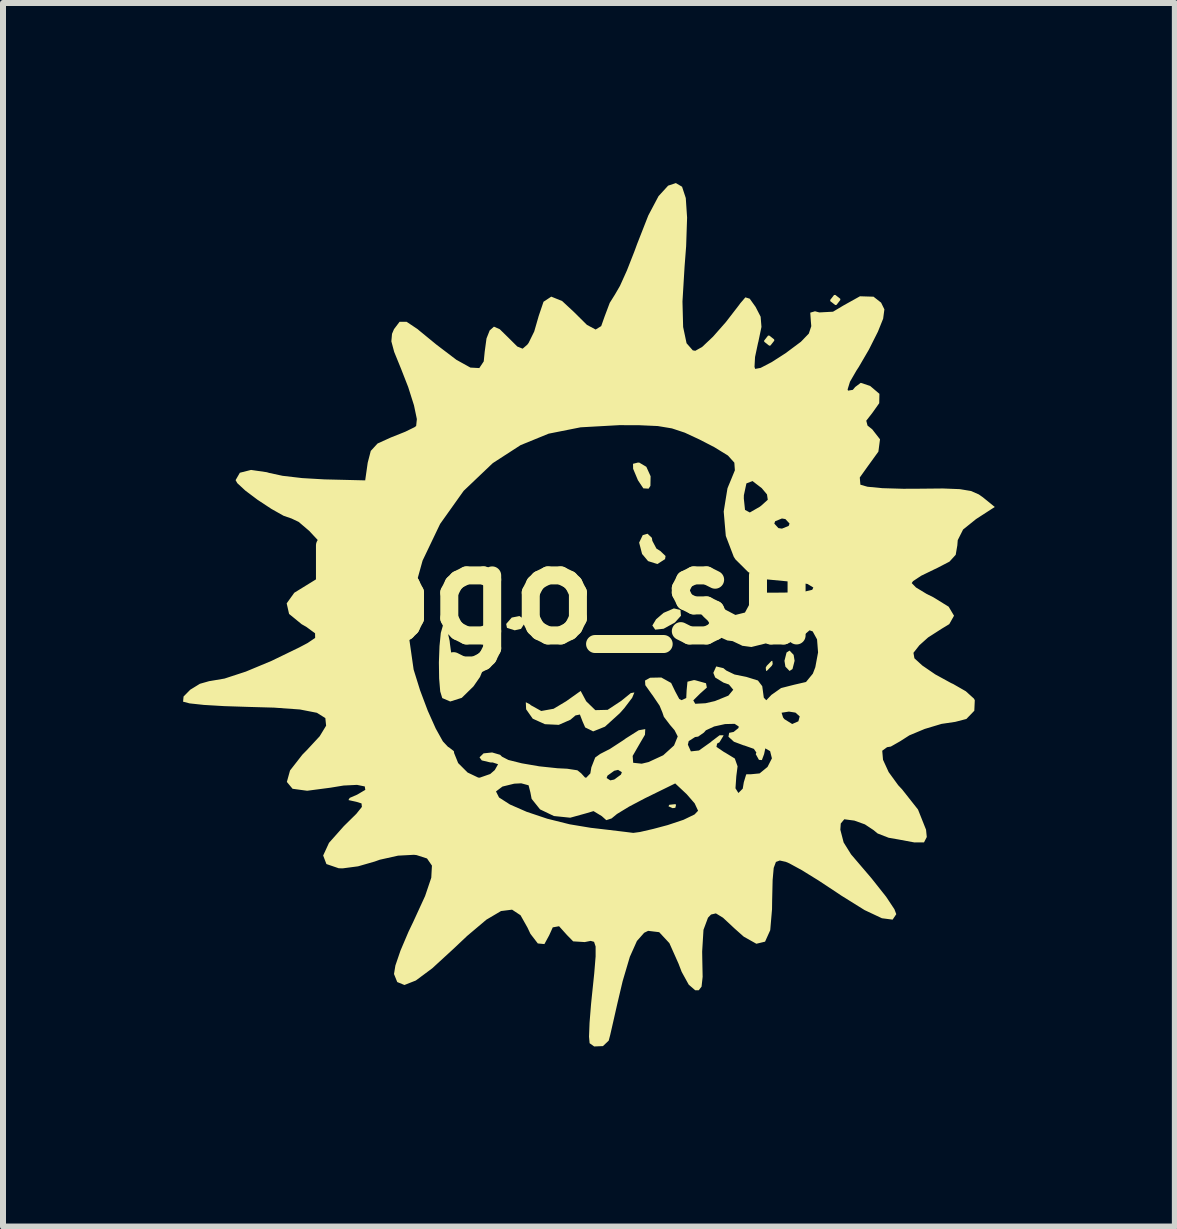
<source format=kicad_pcb>
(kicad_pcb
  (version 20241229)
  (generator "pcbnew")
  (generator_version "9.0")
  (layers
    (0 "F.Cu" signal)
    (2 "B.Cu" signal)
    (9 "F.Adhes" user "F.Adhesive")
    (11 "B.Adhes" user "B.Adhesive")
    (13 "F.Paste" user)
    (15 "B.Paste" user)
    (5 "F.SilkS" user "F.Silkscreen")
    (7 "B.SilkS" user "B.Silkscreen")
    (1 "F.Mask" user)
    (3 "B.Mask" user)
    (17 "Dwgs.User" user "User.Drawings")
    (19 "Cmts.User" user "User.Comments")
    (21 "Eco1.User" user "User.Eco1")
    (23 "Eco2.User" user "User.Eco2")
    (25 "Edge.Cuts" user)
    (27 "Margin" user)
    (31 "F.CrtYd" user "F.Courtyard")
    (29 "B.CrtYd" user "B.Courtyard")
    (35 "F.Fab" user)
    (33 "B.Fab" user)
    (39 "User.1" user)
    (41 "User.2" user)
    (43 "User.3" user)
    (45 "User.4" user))
  (footprint "logo_sun"
    (layer "F.Cu")
    (at 6.971 6.858)
    (property "Reference" "logo_sun" (at 0 0 0) (layer "F.SilkS") (effects (font (size 1.5 1.5) (thickness 0.3))))
    (attr board_only exclude_from_pos_files exclude_from_bom)
    (fp_poly (pts (xy 1.242 3.5) (xy 1.23 3.55) (xy 1.185 3.556) (xy 1.116 3.525) (xy 1.129 3.5) (xy 1.229 3.489)) (stroke (width 0) (type solid)) (fill yes) (layer "F.SilkS"))
    (fp_poly (pts (xy -1.279 0.415) (xy -1.27 0.459) (xy -1.341 0.569) (xy -1.446 0.593) (xy -1.575 0.552) (xy -1.588 0.487) (xy -1.496 0.381) (xy -1.368 0.355)) (stroke (width 0) (type solid)) (fill yes) (layer "F.SilkS"))
    (fp_poly (pts (xy 1.436 -0.375) (xy 1.456 -0.356) (xy 1.514 -0.24) (xy 1.456 -0.152) (xy 1.38 -0.111) (xy 1.355 -0.213) (xy 1.355 -0.254) (xy 1.372 -0.389)) (stroke (width 0) (type solid)) (fill yes) (layer "F.SilkS"))
    (fp_poly (pts (xy 2.852 1.155) (xy 2.836 1.185) (xy 2.757 1.266) (xy 2.742 1.27) (xy 2.736 1.215) (xy 2.752 1.185) (xy 2.831 1.104) (xy 2.846 1.101)) (stroke (width 0) (type solid)) (fill yes) (layer "F.SilkS"))
    (fp_poly (pts (xy 2.876 -4.254) (xy 2.879 -4.233) (xy 2.814 -4.151) (xy 2.794 -4.149) (xy 2.712 -4.213) (xy 2.709 -4.233) (xy 2.774 -4.316) (xy 2.794 -4.318)) (stroke (width 0) (type solid)) (fill yes) (layer "F.SilkS"))
    (fp_poly (pts (xy 3.201 1.002) (xy 3.217 1.101) (xy 3.182 1.238) (xy 3.133 1.27) (xy 3.064 1.199) (xy 3.048 1.101) (xy 3.083 0.963) (xy 3.133 0.931)) (stroke (width 0) (type solid)) (fill yes) (layer "F.SilkS"))
    (fp_poly (pts (xy 3.977 -4.931) (xy 3.979 -4.911) (xy 3.915 -4.828) (xy 3.895 -4.826) (xy 3.812 -4.89) (xy 3.81 -4.911) (xy 3.874 -4.993) (xy 3.895 -4.995)) (stroke (width 0) (type solid)) (fill yes) (layer "F.SilkS"))
    (fp_poly (pts (xy 1.315 0.254) (xy 1.324 0.35) (xy 1.223 0.463) (xy 1.035 0.567) (xy 0.895 0.582) (xy 0.847 0.513) (xy 0.909 0.41) (xy 1.034 0.302) (xy 1.206 0.228)) (stroke (width 0) (type solid)) (fill yes) (layer "F.SilkS"))
    (fp_poly (pts (xy 0.747 -2.131) (xy 0.818 -1.974) (xy 0.815 -1.814) (xy 0.785 -1.767) (xy 0.697 -1.772) (xy 0.607 -1.907) (xy 0.527 -2.098) (xy 0.525 -2.181) (xy 0.604 -2.201) (xy 0.629 -2.201)) (stroke (width 0) (type solid)) (fill yes) (layer "F.SilkS"))
    (fp_poly (pts (xy 0.839 -0.948) (xy 0.847 -0.898) (xy 0.915 -0.769) (xy 0.979 -0.729) (xy 1.067 -0.645) (xy 1.059 -0.593) (xy 0.931 -0.511) (xy 0.776 -0.56) (xy 0.676 -0.679) (xy 0.627 -0.868) (xy 0.687 -0.993) (xy 0.767 -1.016)) (stroke (width 0) (type solid)) (fill yes) (layer "F.SilkS"))
    (fp_poly (pts (xy -2.572 0.583) (xy -2.53 0.769) (xy -2.524 0.826) (xy -2.495 1.033) (xy -2.423 1.119) (xy -2.26 1.132) (xy -2.223 1.131) (xy -2.025 1.142) (xy -1.96 1.214) (xy -2.024 1.37) (xy -2.133 1.527) (xy -2.328 1.718) (xy -2.52 1.779) (xy -2.653 1.722) (xy -2.687 1.611) (xy -2.705 1.395) (xy -2.709 1.127) (xy -2.699 0.856) (xy -2.677 0.636) (xy -2.643 0.516) (xy -2.63 0.508)) (stroke (width 0) (type solid)) (fill yes) (layer "F.SilkS"))
    (fp_poly (pts (xy -0.255 1.775) (xy -0.103 1.923) (xy 0.102 1.918) (xy 0.328 1.769) (xy 0.488 1.639) (xy 0.548 1.628) (xy 0.511 1.717) (xy 0.379 1.891) (xy 0.305 1.974) (xy 0.058 2.198) (xy -0.139 2.277) (xy -0.272 2.211) (xy -0.315 2.113) (xy -0.36 1.996) (xy -0.433 2.011) (xy -0.518 2.083) (xy -0.712 2.168) (xy -0.943 2.157) (xy -1.146 2.065) (xy -1.255 1.91) (xy -1.256 1.902) (xy -1.261 1.791) (xy -1.193 1.826) (xy -1.177 1.841) (xy -1.004 1.937) (xy -0.798 1.9) (xy -0.589 1.775) (xy -0.347 1.603)) (stroke (width 0) (type solid)) (fill yes) (layer "F.SilkS"))
    (fp_poly (pts (xy 1.342 -6.797) (xy 1.404 -6.609) (xy 1.426 -6.282) (xy 1.41 -5.806) (xy 1.384 -5.467) (xy 1.349 -4.884) (xy 1.36 -4.46) (xy 1.417 -4.19) (xy 1.521 -4.071) (xy 1.563 -4.064) (xy 1.677 -4.128) (xy 1.857 -4.298) (xy 2.072 -4.542) (xy 2.292 -4.827) (xy 2.313 -4.856) (xy 2.397 -4.954) (xy 2.469 -4.932) (xy 2.567 -4.795) (xy 2.651 -4.632) (xy 2.665 -4.462) (xy 2.613 -4.213) (xy 2.608 -4.196) (xy 2.558 -3.96) (xy 2.549 -3.796) (xy 2.56 -3.762) (xy 2.651 -3.779) (xy 2.837 -3.876) (xy 3.071 -4.027) (xy 3.322 -4.214) (xy 3.454 -4.351) (xy 3.495 -4.474) (xy 3.488 -4.553) (xy 3.478 -4.699) (xy 3.557 -4.722) (xy 3.629 -4.703) (xy 3.857 -4.715) (xy 4.033 -4.82) (xy 4.306 -4.972) (xy 4.532 -4.965) (xy 4.658 -4.866) (xy 4.713 -4.754) (xy 4.692 -4.598) (xy 4.605 -4.382) (xy 4.455 -4.084) (xy 4.286 -3.794) (xy 4.25 -3.739) (xy 4.14 -3.549) (xy 4.1 -3.42) (xy 4.107 -3.4) (xy 4.187 -3.413) (xy 4.227 -3.461) (xy 4.319 -3.53) (xy 4.473 -3.479) (xy 4.477 -3.477) (xy 4.63 -3.347) (xy 4.627 -3.191) (xy 4.51 -3.026) (xy 4.411 -2.899) (xy 4.432 -2.818) (xy 4.51 -2.756) (xy 4.64 -2.589) (xy 4.613 -2.384) (xy 4.443 -2.149) (xy 4.303 -1.953) (xy 4.313 -1.833) (xy 4.431 -1.799) (xy 4.681 -1.775) (xy 5.026 -1.765) (xy 5.277 -1.766) (xy 5.688 -1.77) (xy 5.969 -1.759) (xy 6.155 -1.728) (xy 6.286 -1.671) (xy 6.354 -1.623) (xy 6.552 -1.462) (xy 6.24 -1.26) (xy 6.024 -1.086) (xy 5.935 -0.909) (xy 5.928 -0.822) (xy 5.901 -0.665) (xy 5.797 -0.551) (xy 5.575 -0.436) (xy 5.546 -0.423) (xy 5.326 -0.316) (xy 5.19 -0.226) (xy 5.168 -0.194) (xy 5.239 -0.121) (xy 5.417 -0.013) (xy 5.528 0.042) (xy 5.784 0.2) (xy 5.873 0.35) (xy 5.794 0.49) (xy 5.667 0.567) (xy 5.441 0.712) (xy 5.296 0.842) (xy 5.197 0.968) (xy 5.213 1.059) (xy 5.344 1.179) (xy 5.56 1.327) (xy 5.823 1.471) (xy 5.858 1.487) (xy 6.069 1.608) (xy 6.204 1.73) (xy 6.219 1.757) (xy 6.211 1.933) (xy 6.079 2.07) (xy 5.895 2.118) (xy 5.665 2.152) (xy 5.385 2.236) (xy 5.129 2.343) (xy 4.976 2.441) (xy 4.82 2.53) (xy 4.758 2.54) (xy 4.677 2.599) (xy 4.69 2.75) (xy 4.784 2.955) (xy 4.944 3.175) (xy 5.007 3.242) (xy 5.273 3.579) (xy 5.407 3.915) (xy 5.419 4.037) (xy 5.373 4.126) (xy 5.215 4.127) (xy 5.186 4.122) (xy 4.945 4.077) (xy 4.784 4.049) (xy 4.601 3.978) (xy 4.53 3.92) (xy 4.388 3.826) (xy 4.212 3.763) (xy 4.045 3.741) (xy 3.986 3.812) (xy 3.979 3.915) (xy 4.034 4.127) (xy 4.158 4.326) (xy 4.498 4.724) (xy 4.742 5.032) (xy 4.88 5.24) (xy 4.911 5.322) (xy 4.85 5.413) (xy 4.672 5.39) (xy 4.383 5.254) (xy 3.988 5.008) (xy 3.923 4.964) (xy 3.611 4.758) (xy 3.332 4.586) (xy 3.128 4.475) (xy 3.069 4.45) (xy 2.97 4.428) (xy 2.906 4.452) (xy 2.869 4.551) (xy 2.851 4.754) (xy 2.843 5.088) (xy 2.841 5.239) (xy 2.811 5.589) (xy 2.725 5.78) (xy 2.58 5.815) (xy 2.369 5.696) (xy 2.217 5.561) (xy 2.024 5.381) (xy 1.906 5.309) (xy 1.825 5.328) (xy 1.774 5.381) (xy 1.699 5.583) (xy 1.677 5.945) (xy 1.679 6.069) (xy 1.685 6.366) (xy 1.667 6.529) (xy 1.62 6.59) (xy 1.561 6.59) (xy 1.453 6.496) (xy 1.336 6.284) (xy 1.283 6.146) (xy 1.131 5.805) (xy 0.961 5.622) (xy 0.777 5.6) (xy 0.711 5.632) (xy 0.59 5.769) (xy 0.472 6.033) (xy 0.352 6.439) (xy 0.263 6.816) (xy 0.198 7.103) (xy 0.146 7.33) (xy 0.12 7.429) (xy 0.024 7.52) (xy -0.122 7.526) (xy -0.198 7.472) (xy -0.208 7.363) (xy -0.199 7.131) (xy -0.174 6.82) (xy -0.165 6.731) (xy -0.121 6.308) (xy -0.098 6.027) (xy -0.098 5.861) (xy -0.124 5.783) (xy -0.18 5.767) (xy -0.27 5.785) (xy -0.278 5.787) (xy -0.472 5.775) (xy -0.575 5.67) (xy -0.707 5.523) (xy -0.812 5.542) (xy -0.871 5.673) (xy -0.951 5.82) (xy -1.061 5.81) (xy -1.184 5.65) (xy -1.233 5.546) (xy -1.349 5.34) (xy -1.49 5.247) (xy -1.674 5.27) (xy -1.918 5.414) (xy -2.239 5.685) (xy -2.458 5.892) (xy -2.821 6.225) (xy -3.093 6.427) (xy -3.283 6.502) (xy -3.403 6.453) (xy -3.457 6.319) (xy -3.434 6.178) (xy -3.349 5.929) (xy -3.216 5.616) (xy -3.135 5.447) (xy -2.939 5.02) (xy -2.836 4.715) (xy -2.825 4.513) (xy -2.907 4.394) (xy -3.081 4.338) (xy -3.125 4.333) (xy -3.389 4.347) (xy -3.694 4.415) (xy -3.778 4.445) (xy -4.056 4.525) (xy -4.313 4.559) (xy -4.378 4.557) (xy -4.583 4.487) (xy -4.637 4.345) (xy -4.54 4.134) (xy -4.293 3.856) (xy -4.287 3.85) (xy -4.084 3.65) (xy -3.992 3.535) (xy -3.998 3.477) (xy -4.088 3.449) (xy -4.089 3.449) (xy -4.216 3.421) (xy -4.195 3.385) (xy -4.071 3.331) (xy -3.983 3.279) (xy -1.757 3.279) (xy -1.707 3.378) (xy -1.525 3.495) (xy -1.246 3.617) (xy -0.903 3.732) (xy -0.53 3.825) (xy -0.181 3.883) (xy 0.136 3.92) (xy 0.385 3.95) (xy 0.521 3.967) (xy 0.53 3.968) (xy 0.641 3.953) (xy 0.862 3.902) (xy 1.102 3.838) (xy 1.366 3.75) (xy 1.55 3.661) (xy 1.609 3.599) (xy 1.552 3.476) (xy 1.418 3.322) (xy 1.228 3.144) (xy 0.726 3.39) (xy 0.46 3.53) (xy 0.258 3.653) (xy 0.168 3.727) (xy 0.08 3.756) (xy 0.005 3.689) (xy -0.133 3.605) (xy -0.257 3.642) (xy -0.521 3.715) (xy -0.793 3.687) (xy -1.024 3.576) (xy -1.164 3.401) (xy -1.185 3.292) (xy -1.215 3.175) (xy -1.337 3.142) (xy -1.454 3.148) (xy -1.65 3.196) (xy -1.756 3.276) (xy -1.757 3.279) (xy -3.983 3.279) (xy -3.935 3.251) (xy -3.944 3.194) (xy -4.073 3.168) (xy -4.297 3.179) (xy -4.516 3.215) (xy -4.904 3.266) (xy -5.147 3.233) (xy -5.242 3.119) (xy -5.224 3.054) (xy 0.085 3.054) (xy 0.147 3.093) (xy 0.212 3.079) (xy 0.324 2.997) (xy 0.339 2.957) (xy 0.276 2.918) (xy 0.212 2.933) (xy 0.1 3.014) (xy 0.085 3.054) (xy -5.224 3.054) (xy -5.189 2.928) (xy -4.983 2.664) (xy -4.909 2.589) (xy -4.695 2.358) (xy -4.588 2.182) (xy -4.601 2.055) (xy -4.742 1.967) (xy -5.024 1.912) (xy -5.456 1.881) (xy -5.884 1.869) (xy -6.285 1.856) (xy -6.624 1.836) (xy -6.864 1.81) (xy -6.971 1.782) (xy -6.963 1.696) (xy -6.852 1.583) (xy -6.691 1.484) (xy -6.533 1.439) (xy -6.528 1.439) (xy -6.281 1.397) (xy -5.926 1.281) (xy -5.499 1.103) (xy -5.035 0.878) (xy -4.897 0.805) (xy -4.771 0.72) (xy -4.771 0.701) (xy -3.208 0.701) (xy -3.13 1.247) (xy -3.022 1.594) (xy -2.894 1.934) (xy -2.762 2.229) (xy -2.643 2.443) (xy -2.554 2.538) (xy -2.545 2.54) (xy -2.46 2.606) (xy -2.455 2.639) (xy -2.388 2.805) (xy -2.231 2.962) (xy -2.055 3.046) (xy -2.029 3.048) (xy -1.854 2.987) (xy -1.778 2.921) (xy -1.723 2.824) (xy -1.811 2.795) (xy -1.852 2.794) (xy -1.995 2.76) (xy -2.032 2.709) (xy -1.965 2.643) (xy -1.822 2.628) (xy -1.689 2.667) (xy -1.658 2.698) (xy -1.551 2.753) (xy -1.327 2.809) (xy -1.036 2.859) (xy -0.732 2.891) (xy -0.572 2.899) (xy -0.402 2.925) (xy -0.339 2.975) (xy -0.274 3.046) (xy -0.254 3.048) (xy -0.186 2.977) (xy -0.169 2.876) (xy -0.105 2.712) (xy -0.021 2.652) (xy 0.141 2.569) (xy 0.356 2.429) (xy 0.408 2.392) (xy 0.62 2.258) (xy 0.729 2.239) (xy 0.724 2.333) (xy 0.644 2.469) (xy 0.519 2.686) (xy 0.528 2.8) (xy 0.67 2.815) (xy 0.783 2.788) (xy 1.028 2.675) (xy 1.208 2.512) (xy 1.214 2.498) (xy 1.439 2.498) (xy 1.489 2.61) (xy 1.624 2.595) (xy 1.821 2.455) (xy 1.836 2.441) (xy 1.968 2.341) (xy 2.031 2.341) (xy 2.032 2.349) (xy 1.965 2.459) (xy 1.926 2.48) (xy 1.915 2.535) (xy 2.04 2.62) (xy 2.059 2.63) (xy 2.221 2.729) (xy 2.267 2.859) (xy 2.246 3.022) (xy 2.232 3.225) (xy 2.28 3.302) (xy 2.282 3.302) (xy 2.353 3.231) (xy 2.371 3.124) (xy 2.411 2.992) (xy 2.49 2.991) (xy 2.634 2.977) (xy 2.766 2.869) (xy 2.839 2.726) (xy 2.809 2.606) (xy 2.729 2.56) (xy 2.709 2.655) (xy 2.672 2.755) (xy 2.623 2.751) (xy 2.57 2.656) (xy 2.58 2.629) (xy 2.538 2.568) (xy 2.38 2.512) (xy 2.369 2.51) (xy 2.206 2.449) (xy 2.115 2.366) (xy 2.127 2.301) (xy 2.201 2.286) (xy 2.282 2.221) (xy 2.286 2.195) (xy 2.218 2.151) (xy 2.059 2.155) (xy 1.877 2.195) (xy 1.739 2.259) (xy 1.707 2.296) (xy 1.61 2.364) (xy 1.559 2.371) (xy 1.453 2.439) (xy 1.439 2.498) (xy 1.214 2.498) (xy 1.27 2.361) (xy 1.217 2.257) (xy 1.143 2.171) (xy 1.039 2.034) (xy 1.016 1.966) (xy 3 1.966) (xy 3.025 2.045) (xy 3.047 2.073) (xy 3.177 2.154) (xy 3.28 2.109) (xy 3.302 2.027) (xy 3.231 1.964) (xy 3.122 1.947) (xy 3 1.966) (xy 1.016 1.966) (xy 1.016 1.965) (xy 0.968 1.849) (xy 0.851 1.676) (xy 0.84 1.662) (xy 0.73 1.507) (xy 0.725 1.43) (xy 0.81 1.383) (xy 0.996 1.379) (xy 1.16 1.47) (xy 1.228 1.611) (xy 1.295 1.736) (xy 1.334 1.757) (xy 1.412 1.721) (xy 1.418 1.595) (xy 1.432 1.449) (xy 1.541 1.422) (xy 1.566 1.426) (xy 1.741 1.475) (xy 1.755 1.547) (xy 1.645 1.645) (xy 1.529 1.76) (xy 1.562 1.817) (xy 1.732 1.808) (xy 1.889 1.772) (xy 2.114 1.681) (xy 2.195 1.583) (xy 2.123 1.496) (xy 2.032 1.464) (xy 1.894 1.379) (xy 1.863 1.302) (xy 1.911 1.195) (xy 2.03 1.223) (xy 2.079 1.263) (xy 2.216 1.329) (xy 2.413 1.369) (xy 2.606 1.429) (xy 2.678 1.524) (xy 2.704 1.715) (xy 2.745 1.758) (xy 2.825 1.675) (xy 2.829 1.67) (xy 2.992 1.555) (xy 3.208 1.5) (xy 3.407 1.454) (xy 3.521 1.315) (xy 3.562 1.208) (xy 3.608 0.961) (xy 3.591 0.744) (xy 3.518 0.611) (xy 3.466 0.593) (xy 3.39 0.658) (xy 3.387 0.686) (xy 3.325 0.742) (xy 3.257 0.73) (xy 3.1 0.726) (xy 2.864 0.774) (xy 2.771 0.803) (xy 2.497 0.871) (xy 2.342 0.85) (xy 2.334 0.844) (xy 2.184 0.773) (xy 2.097 0.762) (xy 1.94 0.692) (xy 1.886 0.614) (xy 1.77 0.432) (xy 1.704 0.371) (xy 1.633 0.292) (xy 1.705 0.237) (xy 1.771 0.214) (xy 1.965 0.201) (xy 2.057 0.246) (xy 2.231 0.337) (xy 2.39 0.297) (xy 2.471 0.148) (xy 2.5 0.044) (xy 2.577 -0.012) (xy 2.743 -0.034) (xy 3.029 -0.035) (xy 3.349 -0.044) (xy 3.511 -0.082) (xy 3.529 -0.12) (xy 3.432 -0.179) (xy 3.231 -0.213) (xy 3.167 -0.216) (xy 2.745 -0.256) (xy 2.445 -0.376) (xy 2.231 -0.589) (xy 2.203 -0.633) (xy 2.071 -0.979) (xy 2.053 -1.185) (xy 2.879 -1.185) (xy 2.947 -1.11) (xy 3.006 -1.101) (xy 3.118 -1.146) (xy 3.133 -1.185) (xy 3.064 -1.26) (xy 3.006 -1.27) (xy 2.893 -1.224) (xy 2.879 -1.185) (xy 2.053 -1.185) (xy 2.036 -1.386) (xy 2.071 -1.604) (xy 2.371 -1.604) (xy 2.391 -1.413) (xy 2.471 -1.37) (xy 2.636 -1.465) (xy 2.66 -1.483) (xy 2.77 -1.582) (xy 2.757 -1.671) (xy 2.67 -1.775) (xy 2.515 -1.894) (xy 2.414 -1.854) (xy 2.372 -1.657) (xy 2.371 -1.604) (xy 2.071 -1.604) (xy 2.099 -1.774) (xy 2.156 -1.912) (xy 2.222 -2.073) (xy 2.213 -2.2) (xy 2.106 -2.319) (xy 1.88 -2.458) (xy 1.632 -2.586) (xy 1.387 -2.7) (xy 1.173 -2.771) (xy 0.938 -2.81) (xy 0.628 -2.824) (xy 0.296 -2.825) (xy -0.348 -2.789) (xy -0.881 -2.683) (xy -1.348 -2.492) (xy -1.798 -2.201) (xy -1.817 -2.187) (xy -2.297 -1.73) (xy -2.689 -1.179) (xy -2.981 -0.568) (xy -3.158 0.071) (xy -3.208 0.701) (xy -4.771 0.701) (xy -4.772 0.643) (xy -4.913 0.539) (xy -4.996 0.491) (xy -5.205 0.32) (xy -5.245 0.144) (xy -5.118 -0.033) (xy -4.868 -0.187) (xy -4.597 -0.354) (xy -4.489 -0.511) (xy -4.487 -0.536) (xy -4.545 -0.675) (xy -4.687 -0.867) (xy -4.869 -1.063) (xy -5.045 -1.213) (xy -5.165 -1.27) (xy -5.296 -1.315) (xy -5.5 -1.43) (xy -5.728 -1.58) (xy -5.933 -1.734) (xy -6.068 -1.859) (xy -6.096 -1.909) (xy -6.025 -2.032) (xy -5.839 -2.079) (xy -5.576 -2.041) (xy -5.536 -2.029) (xy -5.313 -1.981) (xy -4.987 -1.943) (xy -4.627 -1.922) (xy -4.597 -1.921) (xy -3.937 -1.905) (xy -3.895 -2.199) (xy -3.844 -2.396) (xy -3.731 -2.519) (xy -3.504 -2.622) (xy -3.498 -2.624) (xy -3.27 -2.715) (xy -3.115 -2.791) (xy -3.088 -2.811) (xy -3.076 -2.926) (xy -3.124 -3.155) (xy -3.22 -3.458) (xy -3.341 -3.768) (xy -3.454 -4.045) (xy -3.501 -4.221) (xy -3.49 -4.346) (xy -3.457 -4.424) (xy -3.364 -4.547) (xy -3.247 -4.547) (xy -3.063 -4.424) (xy -3.04 -4.404) (xy -2.868 -4.263) (xy -2.752 -4.168) (xy -2.418 -3.914) (xy -2.184 -3.784) (xy -2.036 -3.776) (xy -1.962 -3.887) (xy -1.946 -4.048) (xy -1.916 -4.269) (xy -1.863 -4.403) (xy -1.792 -4.466) (xy -1.695 -4.423) (xy -1.554 -4.285) (xy -1.403 -4.135) (xy -1.314 -4.099) (xy -1.238 -4.164) (xy -1.215 -4.194) (xy -1.121 -4.385) (xy -1.05 -4.631) (xy -1.049 -4.636) (xy -0.966 -4.881) (xy -0.837 -4.966) (xy -0.656 -4.893) (xy -0.461 -4.712) (xy -0.243 -4.496) (xy -0.098 -4.418) (xy -0.005 -4.475) (xy 0.052 -4.636) (xy 0.137 -4.862) (xy 0.227 -5.006) (xy 0.308 -5.146) (xy 0.423 -5.401) (xy 0.549 -5.722) (xy 0.593 -5.842) (xy 0.78 -6.319) (xy 0.95 -6.64) (xy 1.11 -6.815) (xy 1.239 -6.858)) (stroke (width 0) (type solid)) (fill yes) (layer "F.SilkS")))
  (gr_rect
    (start -3 -3)
    (end 16.523 17.384)
    (stroke (width 0.1) (type default))
    (fill no)
    (layer "Edge.Cuts")))
</source>
